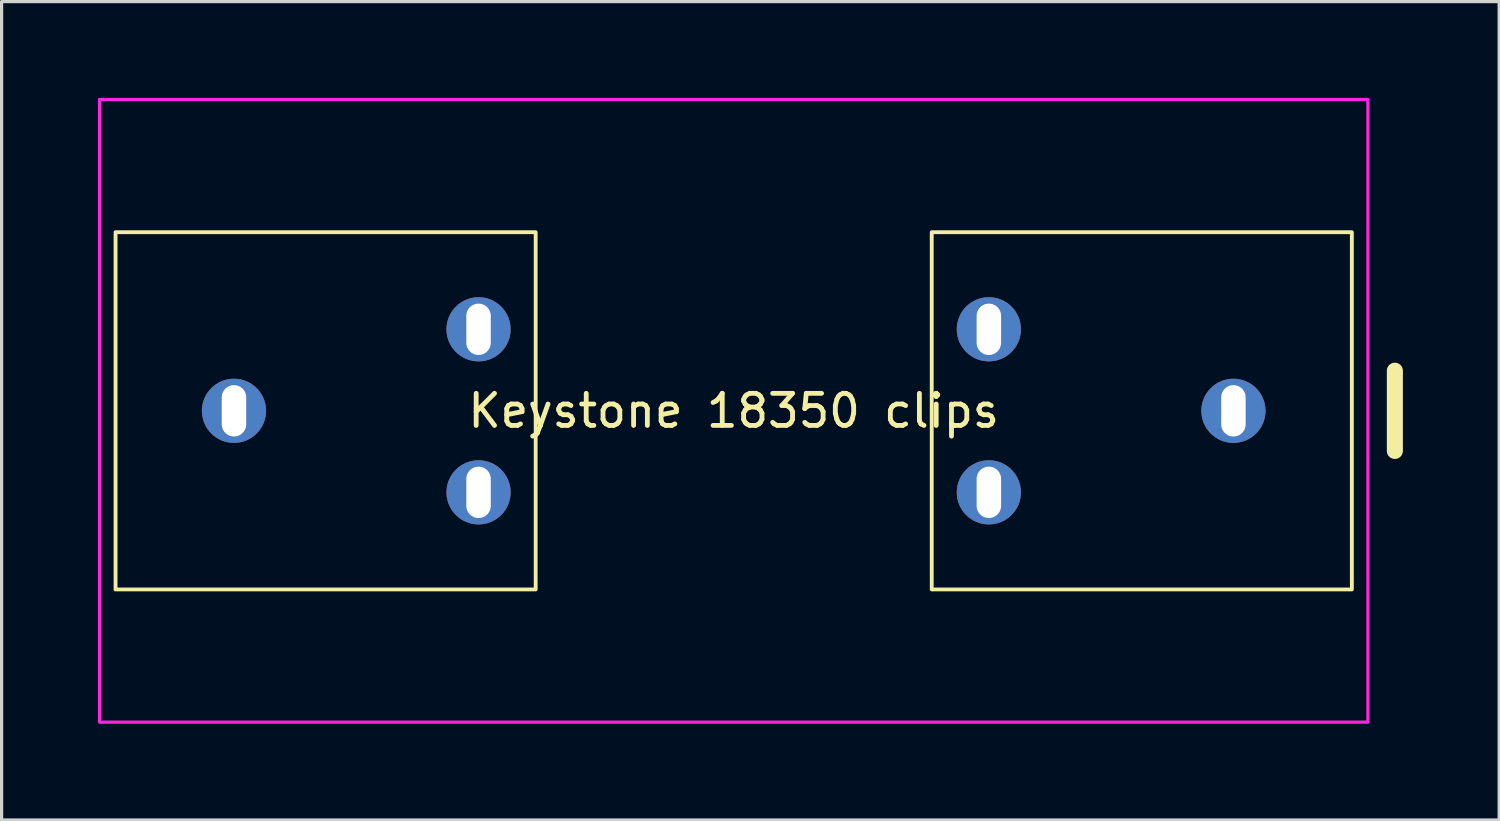
<source format=kicad_pcb>
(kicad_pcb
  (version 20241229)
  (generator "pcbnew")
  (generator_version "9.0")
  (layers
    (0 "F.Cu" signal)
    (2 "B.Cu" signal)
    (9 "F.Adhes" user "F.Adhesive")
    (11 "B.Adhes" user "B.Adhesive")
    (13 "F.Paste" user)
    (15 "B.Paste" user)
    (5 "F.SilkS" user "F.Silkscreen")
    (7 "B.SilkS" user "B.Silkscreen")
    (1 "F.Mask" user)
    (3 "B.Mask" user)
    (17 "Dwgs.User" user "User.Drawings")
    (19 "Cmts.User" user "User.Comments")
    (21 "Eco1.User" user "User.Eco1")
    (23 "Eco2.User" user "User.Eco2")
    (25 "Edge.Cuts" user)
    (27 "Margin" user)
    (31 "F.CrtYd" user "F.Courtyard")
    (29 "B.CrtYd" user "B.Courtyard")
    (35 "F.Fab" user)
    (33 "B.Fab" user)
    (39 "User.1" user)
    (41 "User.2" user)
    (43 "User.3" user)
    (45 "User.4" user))
  (footprint "Keystone 18350 clips"
    (layer "F.Cu")
    (at 19.81 9.75)
    (property "Reference" "Keystone 18350 clips" (at 0 0 0) (layer "F.SilkS") (effects (font (size 1 1) (thickness 0.15))))
    (attr through_hole)
    (fp_line (start 20.6 -1.25) (end 20.6 1.25) (stroke (width 0.5) (type solid)) (layer "F.SilkS"))
    (fp_rect (start -6.17 -5.565) (end -19.26 5.565) (stroke (width 0.12) (type solid)) (fill no) (layer "F.SilkS"))
    (fp_rect (start 6.17 5.565) (end 19.26 -5.565) (stroke (width 0.12) (type solid)) (fill no) (layer "F.SilkS"))
    (fp_rect (start 17.8 9.2) (end -17.8 -9.2) (stroke (width 0.1) (type solid)) (fill no) (layer "Eco2.User"))
    (fp_rect (start 19.76 9.7) (end -19.76 -9.7) (stroke (width 0.1) (type solid)) (fill no) (layer "F.CrtYd"))
    (pad "1" thru_hole circle (at -15.57 0 270) (size 2 2) (drill oval 1.6 0.762) (layers "*.Cu" "*.Mask"))
    (pad "1" thru_hole circle (at -7.95 -2.54 270) (size 2 2) (drill oval 1.6 0.762) (layers "*.Cu" "*.Mask"))
    (pad "1" thru_hole circle (at -7.95 2.54 270) (size 2 2) (drill oval 1.6 0.762) (layers "*.Cu" "*.Mask"))
    (pad "2" thru_hole circle (at 7.95 -2.54 90) (size 2 2) (drill oval 1.6 0.762) (layers "*.Cu" "*.Mask"))
    (pad "2" thru_hole circle (at 7.95 2.54 90) (size 2 2) (drill oval 1.6 0.762) (layers "*.Cu" "*.Mask"))
    (pad "2" thru_hole circle (at 15.57 0 90) (size 2 2) (drill oval 1.6 0.762) (layers "*.Cu" "*.Mask")))
  (gr_rect
    (start -3 -3)
    (end 43.66 22.5)
    (stroke (width 0.1) (type default))
    (fill no)
    (layer "Edge.Cuts")))
</source>
